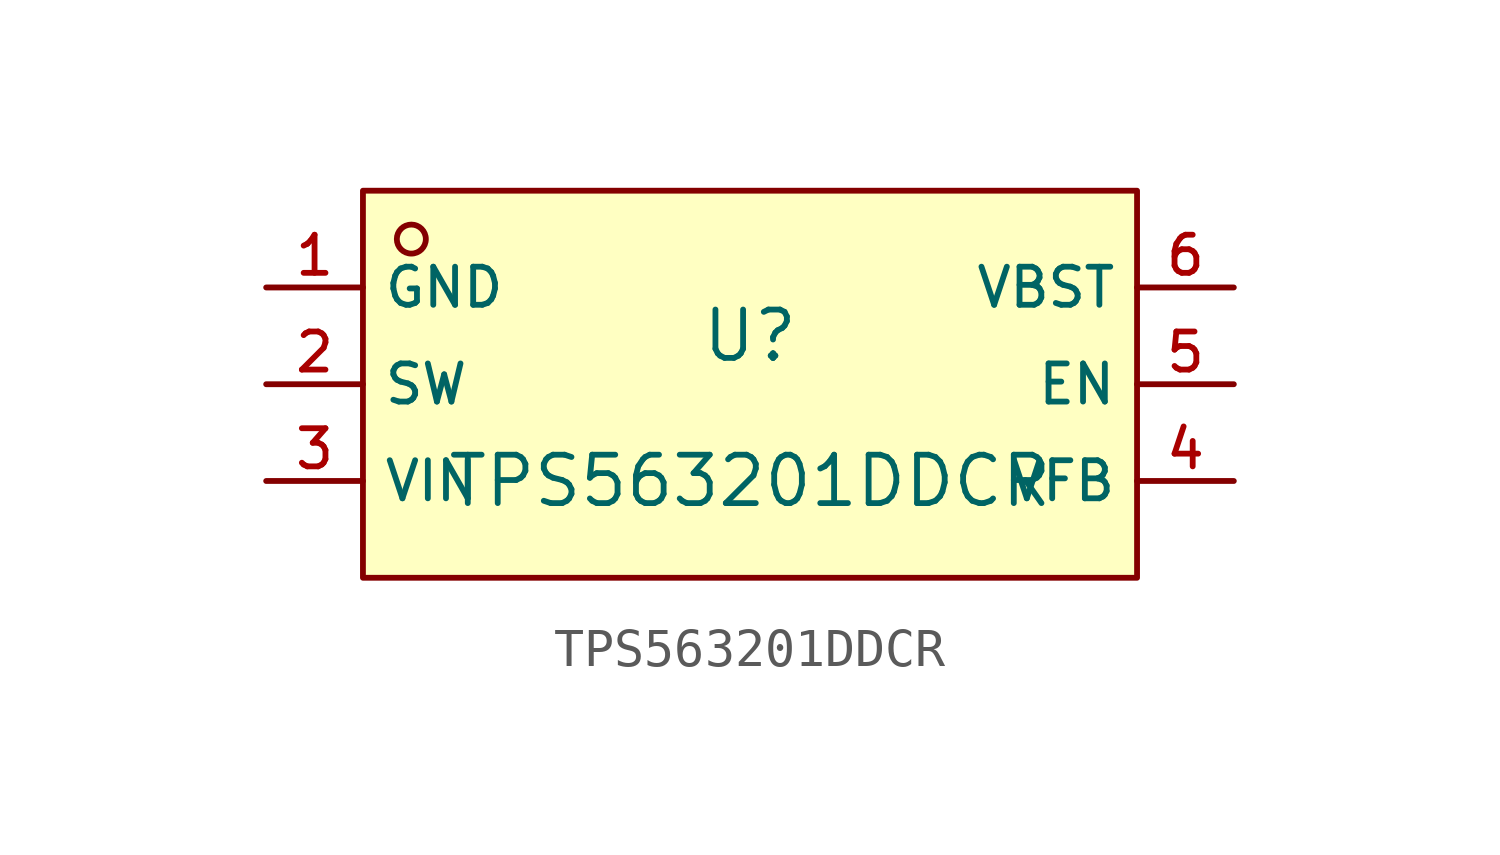
<source format=kicad_sym>
(kicad_symbol_lib
  (version 20210201)
  (generator TousstNicolas/JLC2KiCad_lib)
  (symbol "TPS563201DDCR"
    (property "Reference" "U"
      (at 0 1.27 0)
      (effects (font (size 1.27 1.27))))
    (property "Value" "TPS563201DDCR"
      (at 0 -2.54 0)
      (effects (font (size 1.27 1.27))))
    (symbol "TPS563201DDCR_0_1"
      (rectangle (start -10.16 5.08) (end 10.16 -5.08) (stroke (width 0) (type default) (color 0 0 0 0)) (fill (type background)))
      (circle (center -8.89 3.81) (radius 0.381) (stroke (width 0) (type default) (color 0 0 0 0)) (fill (type background)))
      (pin unspecified line (at -12.7 2.54 0) (length 2.54) (name "GND" (effects (font (size 1 1)))) (number "1" (effects (font (size 1 1)))))
      (pin unspecified line (at -12.7 -0.0 0) (length 2.54) (name "SW" (effects (font (size 1 1)))) (number "2" (effects (font (size 1 1)))))
      (pin unspecified line (at -12.7 -2.54 0) (length 2.54) (name "VIN" (effects (font (size 1 1)))) (number "3" (effects (font (size 1 1)))))
      (pin unspecified line (at 12.7 -2.54 180) (length 2.54) (name "VFB" (effects (font (size 1 1)))) (number "4" (effects (font (size 1 1)))))
      (pin unspecified line (at 12.7 -0.0 180) (length 2.54) (name "EN" (effects (font (size 1 1)))) (number "5" (effects (font (size 1 1)))))
      (pin unspecified line (at 12.7 2.54 180) (length 2.54) (name "VBST" (effects (font (size 1 1)))) (number "6" (effects (font (size 1 1))))))))
</source>
